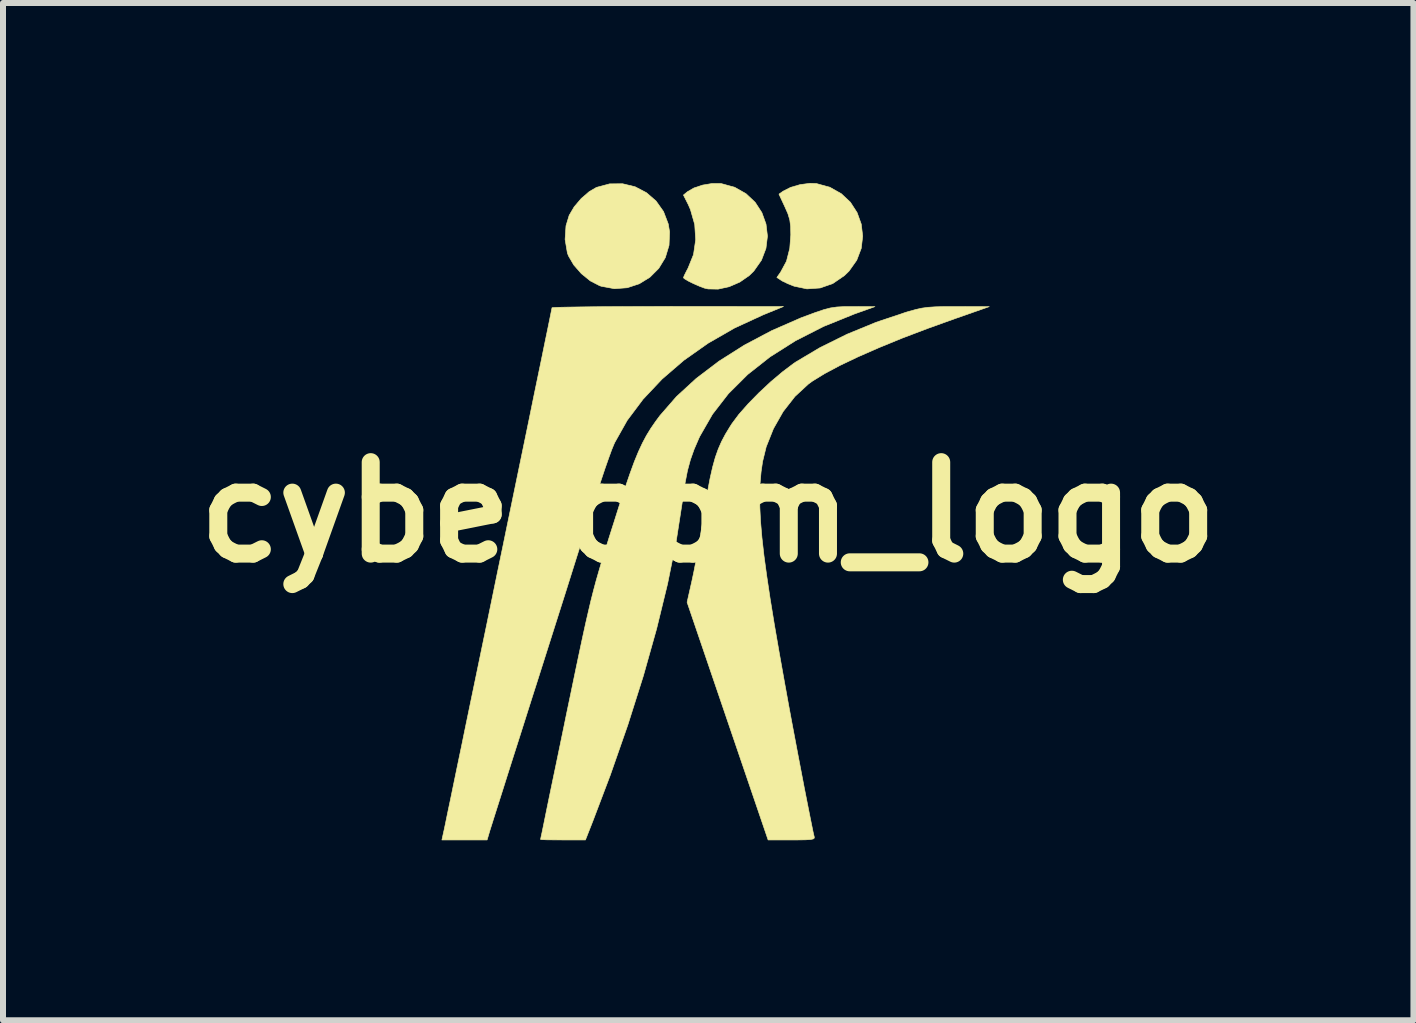
<source format=kicad_pcb>
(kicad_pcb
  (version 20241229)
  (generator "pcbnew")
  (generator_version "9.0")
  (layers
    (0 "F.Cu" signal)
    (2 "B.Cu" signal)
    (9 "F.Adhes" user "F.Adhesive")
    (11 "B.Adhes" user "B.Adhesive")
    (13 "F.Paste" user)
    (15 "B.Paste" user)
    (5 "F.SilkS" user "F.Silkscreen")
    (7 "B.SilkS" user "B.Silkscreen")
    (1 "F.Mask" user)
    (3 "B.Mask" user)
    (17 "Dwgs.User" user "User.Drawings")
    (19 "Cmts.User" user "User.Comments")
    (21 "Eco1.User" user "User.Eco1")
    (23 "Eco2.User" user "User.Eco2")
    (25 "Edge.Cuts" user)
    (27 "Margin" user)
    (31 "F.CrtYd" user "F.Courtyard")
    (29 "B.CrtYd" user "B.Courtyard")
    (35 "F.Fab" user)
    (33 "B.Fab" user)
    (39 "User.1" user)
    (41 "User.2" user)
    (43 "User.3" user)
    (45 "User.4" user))
  (footprint "cybercom_logo"
    (layer "F.Cu")
    (at 8.752 5.486)
    (property "Reference" "cybercom_logo" (at 0 0 0) (layer "F.SilkS") (effects (font (size 1.524 1.524) (thickness 0.3))))
    (attr through_hole)
    (fp_poly (pts (xy -1.219 -5.424) (xy -1.031 -5.326) (xy -0.87 -5.187) (xy -0.745 -5.011) (xy -0.666 -4.804) (xy -0.644 -4.672) (xy -0.653 -4.448) (xy -0.715 -4.243) (xy -0.824 -4.064) (xy -0.972 -3.916) (xy -1.149 -3.807) (xy -1.349 -3.741) (xy -1.563 -3.725) (xy -1.783 -3.766) (xy -1.81 -3.775) (xy -1.965 -3.855) (xy -2.114 -3.976) (xy -2.241 -4.121) (xy -2.329 -4.272) (xy -2.347 -4.32) (xy -2.385 -4.546) (xy -2.37 -4.774) (xy -2.317 -4.948) (xy -2.234 -5.089) (xy -2.117 -5.227) (xy -1.983 -5.343) (xy -1.863 -5.413) (xy -1.644 -5.472) (xy -1.427 -5.474) (xy -1.219 -5.424)) (stroke (width 0.01) (type solid)) (fill yes) (layer "F.SilkS"))
    (fp_poly (pts (xy 1.804 -5.477) (xy 2.028 -5.415) (xy 2.218 -5.308) (xy 2.37 -5.165) (xy 2.481 -4.993) (xy 2.55 -4.802) (xy 2.574 -4.601) (xy 2.55 -4.397) (xy 2.475 -4.2) (xy 2.346 -4.018) (xy 2.27 -3.944) (xy 2.076 -3.811) (xy 1.865 -3.737) (xy 1.645 -3.722) (xy 1.431 -3.767) (xy 1.328 -3.808) (xy 1.238 -3.851) (xy 1.217 -3.864) (xy 1.144 -3.912) (xy 1.207 -4.002) (xy 1.304 -4.182) (xy 1.359 -4.397) (xy 1.376 -4.62) (xy 1.373 -4.764) (xy 1.359 -4.872) (xy 1.328 -4.975) (xy 1.278 -5.088) (xy 1.179 -5.301) (xy 1.248 -5.35) (xy 1.374 -5.414) (xy 1.533 -5.46) (xy 1.696 -5.481) (xy 1.804 -5.477)) (stroke (width 0.01) (type solid)) (fill yes) (layer "F.SilkS"))
    (fp_poly (pts (xy 0.216 -5.477) (xy 0.441 -5.415) (xy 0.63 -5.308) (xy 0.782 -5.165) (xy 0.894 -4.993) (xy 0.963 -4.802) (xy 0.987 -4.601) (xy 0.962 -4.397) (xy 0.887 -4.2) (xy 0.759 -4.018) (xy 0.683 -3.944) (xy 0.526 -3.835) (xy 0.348 -3.758) (xy 0.165 -3.718) (xy -0.002 -3.721) (xy -0.064 -3.735) (xy -0.148 -3.767) (xy -0.244 -3.809) (xy -0.331 -3.852) (xy -0.393 -3.889) (xy -0.413 -3.907) (xy -0.399 -3.945) (xy -0.362 -4.019) (xy -0.336 -4.068) (xy -0.245 -4.294) (xy -0.209 -4.541) (xy -0.225 -4.795) (xy -0.296 -5.043) (xy -0.333 -5.128) (xy -0.413 -5.286) (xy -0.345 -5.342) (xy -0.237 -5.404) (xy -0.092 -5.452) (xy 0.064 -5.478) (xy 0.206 -5.478) (xy 0.216 -5.477)) (stroke (width 0.01) (type solid)) (fill yes) (layer "F.SilkS"))
    (fp_poly (pts (xy 2.778 -3.426) (xy 2.436 -3.304) (xy 1.922 -3.096) (xy 1.453 -2.857) (xy 1.03 -2.589) (xy 0.657 -2.295) (xy 0.336 -1.975) (xy 0.071 -1.633) (xy -0.137 -1.271) (xy -0.155 -1.234) (xy -0.235 -1.049) (xy -0.297 -0.874) (xy -0.346 -0.693) (xy -0.386 -0.486) (xy -0.423 -0.236) (xy -0.429 -0.191) (xy -0.533 0.479) (xy -0.677 1.191) (xy -0.86 1.942) (xy -1.081 2.727) (xy -1.339 3.542) (xy -1.632 4.381) (xy -1.924 5.151) (xy -2.046 5.461) (xy -2.42 5.461) (xy -2.566 5.46) (xy -2.685 5.459) (xy -2.765 5.456) (xy -2.794 5.453) (xy -2.788 5.421) (xy -2.769 5.333) (xy -2.74 5.192) (xy -2.702 5.005) (xy -2.655 4.776) (xy -2.6 4.511) (xy -2.538 4.215) (xy -2.471 3.892) (xy -2.4 3.549) (xy -2.369 3.397) (xy -2.284 2.99) (xy -2.211 2.638) (xy -2.147 2.334) (xy -2.091 2.072) (xy -2.041 1.844) (xy -1.995 1.645) (xy -1.953 1.466) (xy -1.911 1.301) (xy -1.869 1.144) (xy -1.824 0.987) (xy -1.776 0.823) (xy -1.721 0.646) (xy -1.66 0.448) (xy -1.589 0.224) (xy -1.588 0.222) (xy -1.481 -0.117) (xy -1.387 -0.402) (xy -1.305 -0.641) (xy -1.232 -0.841) (xy -1.163 -1.009) (xy -1.096 -1.153) (xy -1.028 -1.281) (xy -0.956 -1.398) (xy -0.876 -1.514) (xy -0.804 -1.611) (xy -0.53 -1.926) (xy -0.2 -2.229) (xy 0.179 -2.517) (xy 0.601 -2.784) (xy 1.058 -3.026) (xy 1.545 -3.239) (xy 1.79 -3.33) (xy 1.924 -3.375) (xy 2.034 -3.404) (xy 2.143 -3.42) (xy 2.273 -3.427) (xy 2.423 -3.427) (xy 2.778 -3.426)) (stroke (width 0.01) (type solid)) (fill yes) (layer "F.SilkS"))
    (fp_poly (pts (xy -0.675 -3.429) (xy 1.254 -3.428) (xy 0.912 -3.288) (xy 0.439 -3.07) (xy -0.003 -2.816) (xy -0.407 -2.531) (xy -0.77 -2.218) (xy -1.086 -1.883) (xy -1.35 -1.531) (xy -1.556 -1.165) (xy -1.572 -1.13) (xy -1.609 -1.04) (xy -1.66 -0.9) (xy -1.723 -0.72) (xy -1.793 -0.51) (xy -1.868 -0.28) (xy -1.944 -0.041) (xy -1.952 -0.016) (xy -2.01 0.17) (xy -2.085 0.409) (xy -2.175 0.693) (xy -2.276 1.014) (xy -2.386 1.363) (xy -2.504 1.734) (xy -2.626 2.118) (xy -2.75 2.508) (xy -2.873 2.895) (xy -2.912 3.016) (xy -3.026 3.375) (xy -3.135 3.719) (xy -3.239 4.044) (xy -3.334 4.343) (xy -3.419 4.612) (xy -3.493 4.845) (xy -3.554 5.037) (xy -3.6 5.183) (xy -3.63 5.277) (xy -3.64 5.31) (xy -3.685 5.461) (xy -4.438 5.461) (xy -4.412 5.342) (xy -4.399 5.284) (xy -4.375 5.169) (xy -4.341 5.003) (xy -4.296 4.79) (xy -4.243 4.533) (xy -4.182 4.238) (xy -4.113 3.908) (xy -4.039 3.547) (xy -3.959 3.161) (xy -3.874 2.753) (xy -3.786 2.328) (xy -3.695 1.89) (xy -3.603 1.443) (xy -3.51 0.991) (xy -3.416 0.539) (xy -3.324 0.092) (xy -3.233 -0.348) (xy -3.145 -0.774) (xy -3.06 -1.184) (xy -2.98 -1.572) (xy -2.906 -1.935) (xy -2.837 -2.268) (xy -2.775 -2.567) (xy -2.722 -2.827) (xy -2.677 -3.044) (xy -2.642 -3.215) (xy -2.618 -3.334) (xy -2.605 -3.398) (xy -2.603 -3.408) (xy -2.573 -3.411) (xy -2.484 -3.415) (xy -2.342 -3.418) (xy -2.154 -3.421) (xy -1.923 -3.424) (xy -1.657 -3.426) (xy -1.36 -3.427) (xy -1.037 -3.428) (xy -0.694 -3.429) (xy -0.675 -3.429)) (stroke (width 0.01) (type solid)) (fill yes) (layer "F.SilkS"))
    (fp_poly (pts (xy 4.155 -3.427) (xy 4.683 -3.426) (xy 4.112 -3.226) (xy 3.658 -3.063) (xy 3.234 -2.902) (xy 2.846 -2.743) (xy 2.497 -2.59) (xy 2.193 -2.445) (xy 1.938 -2.309) (xy 1.738 -2.186) (xy 1.668 -2.135) (xy 1.446 -1.93) (xy 1.249 -1.678) (xy 1.087 -1.393) (xy 0.966 -1.09) (xy 0.906 -0.845) (xy 0.881 -0.674) (xy 0.865 -0.493) (xy 0.858 -0.298) (xy 0.86 -0.083) (xy 0.872 0.155) (xy 0.895 0.422) (xy 0.929 0.723) (xy 0.975 1.061) (xy 1.032 1.442) (xy 1.102 1.871) (xy 1.185 2.351) (xy 1.281 2.889) (xy 1.29 2.937) (xy 1.338 3.203) (xy 1.39 3.483) (xy 1.444 3.769) (xy 1.498 4.055) (xy 1.551 4.332) (xy 1.601 4.593) (xy 1.648 4.831) (xy 1.689 5.038) (xy 1.723 5.207) (xy 1.748 5.33) (xy 1.764 5.399) (xy 1.766 5.405) (xy 1.768 5.429) (xy 1.751 5.444) (xy 1.705 5.454) (xy 1.62 5.459) (xy 1.488 5.461) (xy 1.39 5.461) (xy 0.998 5.461) (xy 0.323 3.481) (xy -0.352 1.5) (xy -0.272 1.146) (xy -0.238 0.985) (xy -0.199 0.783) (xy -0.16 0.562) (xy -0.123 0.343) (xy -0.11 0.26) (xy -0.058 -0.067) (xy -0.012 -0.34) (xy 0.031 -0.566) (xy 0.074 -0.755) (xy 0.118 -0.914) (xy 0.167 -1.052) (xy 0.222 -1.178) (xy 0.286 -1.299) (xy 0.362 -1.424) (xy 0.396 -1.477) (xy 0.51 -1.63) (xy 0.665 -1.806) (xy 0.846 -1.991) (xy 1.041 -2.173) (xy 1.238 -2.339) (xy 1.422 -2.478) (xy 1.46 -2.504) (xy 1.864 -2.744) (xy 2.315 -2.967) (xy 2.797 -3.165) (xy 3.294 -3.332) (xy 3.349 -3.348) (xy 3.461 -3.379) (xy 3.56 -3.401) (xy 3.663 -3.415) (xy 3.783 -3.423) (xy 3.936 -3.427) (xy 4.135 -3.427) (xy 4.155 -3.427)) (stroke (width 0.01) (type solid)) (fill yes) (layer "F.SilkS")))
  (gr_rect
    (start -3 -3)
    (end 20.504 13.952)
    (stroke (width 0.1) (type default))
    (fill no)
    (layer "Edge.Cuts")))
</source>
